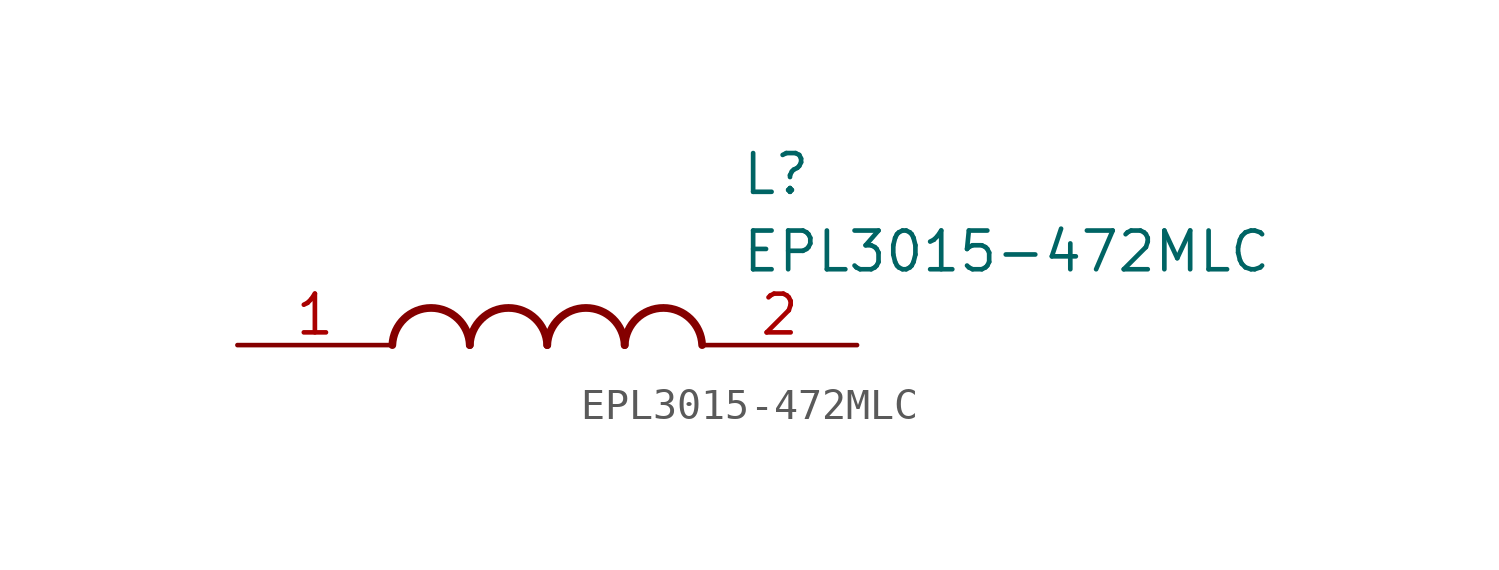
<source format=kicad_sym>
(kicad_symbol_lib
  (version 20211014)
  (generator SamacSys_ECAD_Model)
  (symbol "EPL3015-472MLC"
    (pin_names hide)
    (property "Reference" "L"
      (at 16.51 6.35 0)
      (effects (font (size 1.27 1.27)) (justify left top)))
    (property "Value" "EPL3015-472MLC"
      (at 16.51 3.81 0)
      (effects (font (size 1.27 1.27)) (justify left top)))
    (arc
      (start 7.62 0)
      (mid 6.35 1.219)
      (end 5.08 0)
      (stroke (width 0.254) (type default))
      (fill (type none)))
    (arc
      (start 10.16 0)
      (mid 8.89 1.219)
      (end 7.62 0)
      (stroke (width 0.254) (type default))
      (fill (type none)))
    (arc
      (start 12.7 0)
      (mid 11.43 1.219)
      (end 10.16 0)
      (stroke (width 0.254) (type default))
      (fill (type none)))
    (arc
      (start 15.24 0)
      (mid 13.97 1.219)
      (end 12.7 0)
      (stroke (width 0.254) (type default))
      (fill (type none)))
    (pin passive line
      (at 0 0 0)
      (length 5.08)
      (name "1" (effects (font (size 1.27 1.27))))
      (number "1" (effects (font (size 1.27 1.27)))))
    (pin passive line
      (at 20.32 0 180)
      (length 5.08)
      (name "2" (effects (font (size 1.27 1.27))))
      (number "2" (effects (font (size 1.27 1.27)))))))
</source>
